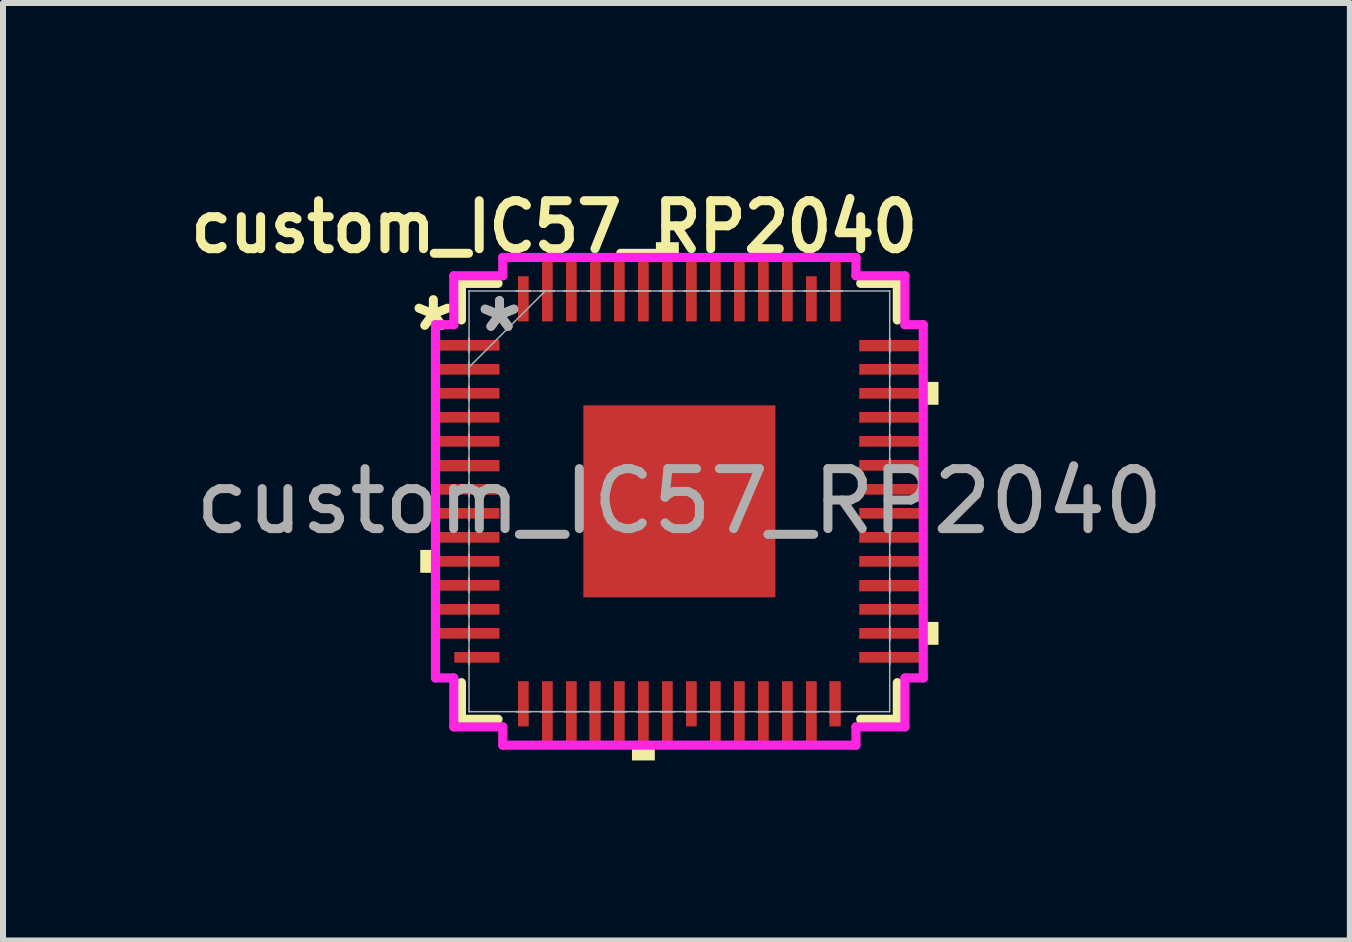
<source format=kicad_pcb>
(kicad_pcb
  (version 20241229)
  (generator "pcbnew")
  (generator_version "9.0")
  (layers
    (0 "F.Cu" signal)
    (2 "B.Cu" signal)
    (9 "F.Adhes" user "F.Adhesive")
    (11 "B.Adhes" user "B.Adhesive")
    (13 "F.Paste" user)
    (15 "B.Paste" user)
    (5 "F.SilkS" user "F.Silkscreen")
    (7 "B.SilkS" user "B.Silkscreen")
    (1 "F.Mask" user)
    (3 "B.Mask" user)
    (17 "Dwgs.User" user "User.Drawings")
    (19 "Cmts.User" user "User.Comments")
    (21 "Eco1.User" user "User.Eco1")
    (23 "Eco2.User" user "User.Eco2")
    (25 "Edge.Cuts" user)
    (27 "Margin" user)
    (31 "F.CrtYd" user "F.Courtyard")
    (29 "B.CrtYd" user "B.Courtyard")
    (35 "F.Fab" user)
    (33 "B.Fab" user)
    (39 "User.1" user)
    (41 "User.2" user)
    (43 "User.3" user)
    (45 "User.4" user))
  (footprint "custom_IC57_RP2040"
    (layer "F.Cu")
    (at 8.271 5.304)
    (property "Reference" "custom_IC57_RP2040" (at -2.085 -4.572 0) (unlocked yes) (layer "F.SilkS") (effects (font (size 0.8 0.75) (thickness 0.15))))
    (attr smd)
    (fp_line (start -3.632 -3.632) (end -3.632 -3.022) (stroke (width 0.152) (type solid)) (layer "F.SilkS"))
    (fp_line (start -3.632 3.022) (end -3.632 3.632) (stroke (width 0.152) (type solid)) (layer "F.SilkS"))
    (fp_line (start -3.632 3.632) (end -3.022 3.632) (stroke (width 0.152) (type solid)) (layer "F.SilkS"))
    (fp_line (start -3.022 -3.632) (end -3.632 -3.632) (stroke (width 0.152) (type solid)) (layer "F.SilkS"))
    (fp_line (start 3.022 3.632) (end 3.632 3.632) (stroke (width 0.152) (type solid)) (layer "F.SilkS"))
    (fp_line (start 3.632 -3.632) (end 3.022 -3.632) (stroke (width 0.152) (type solid)) (layer "F.SilkS"))
    (fp_line (start 3.632 -3.022) (end 3.632 -3.632) (stroke (width 0.152) (type solid)) (layer "F.SilkS"))
    (fp_line (start 3.632 3.632) (end 3.632 3.022) (stroke (width 0.152) (type solid)) (layer "F.SilkS"))
    (fp_poly (pts (xy -4.318 0.81) (xy -4.318 1.191) (xy -4.064 1.191) (xy -4.064 0.81)) (stroke (width 0) (type solid)) (fill yes) (layer "F.SilkS"))
    (fp_poly (pts (xy -0.79 4.064) (xy -0.79 4.318) (xy -0.409 4.318) (xy -0.409 4.064)) (stroke (width 0) (type solid)) (fill yes) (layer "F.SilkS"))
    (fp_poly (pts (xy -0.391 -4.064) (xy -0.391 -4.318) (xy -0.009 -4.318) (xy -0.009 -4.064)) (stroke (width 0) (type solid)) (fill yes) (layer "F.SilkS"))
    (fp_poly (pts (xy 4.318 -1.99) (xy 4.318 -1.609) (xy 4.064 -1.609) (xy 4.064 -1.99)) (stroke (width 0) (type solid)) (fill yes) (layer "F.SilkS"))
    (fp_poly (pts (xy 4.318 2.01) (xy 4.318 2.391) (xy 4.064 2.391) (xy 4.064 2.01)) (stroke (width 0) (type solid)) (fill yes) (layer "F.SilkS"))
    (fp_poly (pts (xy -1.5 -1.5) (xy -1.5 -0.1) (xy -0.1 -0.1) (xy -0.1 -1.5)) (stroke (width 0) (type solid)) (fill yes) (layer "F.Paste"))
    (fp_poly (pts (xy -1.5 0.1) (xy -1.5 1.5) (xy -0.1 1.5) (xy -0.1 0.1)) (stroke (width 0) (type solid)) (fill yes) (layer "F.Paste"))
    (fp_poly (pts (xy 0.1 -1.5) (xy 0.1 -0.1) (xy 1.5 -0.1) (xy 1.5 -1.5)) (stroke (width 0) (type solid)) (fill yes) (layer "F.Paste"))
    (fp_poly (pts (xy 0.1 0.1) (xy 0.1 1.5) (xy 1.5 1.5) (xy 1.5 0.1)) (stroke (width 0) (type solid)) (fill yes) (layer "F.Paste"))
    (fp_line (start -4.064 -2.943) (end -3.759 -2.943) (stroke (width 0.152) (type solid)) (layer "F.CrtYd"))
    (fp_line (start -4.064 2.943) (end -4.064 -2.943) (stroke (width 0.152) (type solid)) (layer "F.CrtYd"))
    (fp_line (start -3.759 -3.759) (end -2.943 -3.759) (stroke (width 0.152) (type solid)) (layer "F.CrtYd"))
    (fp_line (start -3.759 -2.943) (end -3.759 -3.759) (stroke (width 0.152) (type solid)) (layer "F.CrtYd"))
    (fp_line (start -3.759 2.943) (end -4.064 2.943) (stroke (width 0.152) (type solid)) (layer "F.CrtYd"))
    (fp_line (start -3.759 3.759) (end -3.759 2.943) (stroke (width 0.152) (type solid)) (layer "F.CrtYd"))
    (fp_line (start -2.943 -4.064) (end 2.943 -4.064) (stroke (width 0.152) (type solid)) (layer "F.CrtYd"))
    (fp_line (start -2.943 -3.759) (end -2.943 -4.064) (stroke (width 0.152) (type solid)) (layer "F.CrtYd"))
    (fp_line (start -2.943 3.759) (end -3.759 3.759) (stroke (width 0.152) (type solid)) (layer "F.CrtYd"))
    (fp_line (start -2.943 4.064) (end -2.943 3.759) (stroke (width 0.152) (type solid)) (layer "F.CrtYd"))
    (fp_line (start 2.943 -4.064) (end 2.943 -3.759) (stroke (width 0.152) (type solid)) (layer "F.CrtYd"))
    (fp_line (start 2.943 -3.759) (end 3.759 -3.759) (stroke (width 0.152) (type solid)) (layer "F.CrtYd"))
    (fp_line (start 2.943 3.759) (end 2.943 4.064) (stroke (width 0.152) (type solid)) (layer "F.CrtYd"))
    (fp_line (start 2.943 4.064) (end -2.943 4.064) (stroke (width 0.152) (type solid)) (layer "F.CrtYd"))
    (fp_line (start 3.759 -3.759) (end 3.759 -2.943) (stroke (width 0.152) (type solid)) (layer "F.CrtYd"))
    (fp_line (start 3.759 -2.943) (end 4.064 -2.943) (stroke (width 0.152) (type solid)) (layer "F.CrtYd"))
    (fp_line (start 3.759 2.943) (end 3.759 3.759) (stroke (width 0.152) (type solid)) (layer "F.CrtYd"))
    (fp_line (start 3.759 3.759) (end 2.943 3.759) (stroke (width 0.152) (type solid)) (layer "F.CrtYd"))
    (fp_line (start 4.064 -2.943) (end 4.064 2.943) (stroke (width 0.152) (type solid)) (layer "F.CrtYd"))
    (fp_line (start 4.064 2.943) (end 3.759 2.943) (stroke (width 0.152) (type solid)) (layer "F.CrtYd"))
    (fp_line (start -3.505 -3.505) (end -3.505 -3.505) (stroke (width 0.025) (type solid)) (layer "F.Fab"))
    (fp_line (start -3.505 -3.505) (end -3.505 3.505) (stroke (width 0.025) (type solid)) (layer "F.Fab"))
    (fp_line (start -3.505 -2.714) (end -3.505 -2.714) (stroke (width 0.025) (type solid)) (layer "F.Fab"))
    (fp_line (start -3.505 -2.714) (end -3.505 -2.486) (stroke (width 0.025) (type solid)) (layer "F.Fab"))
    (fp_line (start -3.505 -2.486) (end -3.505 -2.714) (stroke (width 0.025) (type solid)) (layer "F.Fab"))
    (fp_line (start -3.505 -2.486) (end -3.505 -2.486) (stroke (width 0.025) (type solid)) (layer "F.Fab"))
    (fp_line (start -3.505 -2.314) (end -3.505 -2.314) (stroke (width 0.025) (type solid)) (layer "F.Fab"))
    (fp_line (start -3.505 -2.314) (end -3.505 -2.086) (stroke (width 0.025) (type solid)) (layer "F.Fab"))
    (fp_line (start -3.505 -2.235) (end -2.235 -3.505) (stroke (width 0.025) (type solid)) (layer "F.Fab"))
    (fp_line (start -3.505 -2.086) (end -3.505 -2.314) (stroke (width 0.025) (type solid)) (layer "F.Fab"))
    (fp_line (start -3.505 -2.086) (end -3.505 -2.086) (stroke (width 0.025) (type solid)) (layer "F.Fab"))
    (fp_line (start -3.505 -1.914) (end -3.505 -1.914) (stroke (width 0.025) (type solid)) (layer "F.Fab"))
    (fp_line (start -3.505 -1.914) (end -3.505 -1.686) (stroke (width 0.025) (type solid)) (layer "F.Fab"))
    (fp_line (start -3.505 -1.686) (end -3.505 -1.914) (stroke (width 0.025) (type solid)) (layer "F.Fab"))
    (fp_line (start -3.505 -1.686) (end -3.505 -1.686) (stroke (width 0.025) (type solid)) (layer "F.Fab"))
    (fp_line (start -3.505 -1.514) (end -3.505 -1.514) (stroke (width 0.025) (type solid)) (layer "F.Fab"))
    (fp_line (start -3.505 -1.514) (end -3.505 -1.286) (stroke (width 0.025) (type solid)) (layer "F.Fab"))
    (fp_line (start -3.505 -1.286) (end -3.505 -1.514) (stroke (width 0.025) (type solid)) (layer "F.Fab"))
    (fp_line (start -3.505 -1.286) (end -3.505 -1.286) (stroke (width 0.025) (type solid)) (layer "F.Fab"))
    (fp_line (start -3.505 -1.114) (end -3.505 -1.114) (stroke (width 0.025) (type solid)) (layer "F.Fab"))
    (fp_line (start -3.505 -1.114) (end -3.505 -0.886) (stroke (width 0.025) (type solid)) (layer "F.Fab"))
    (fp_line (start -3.505 -0.886) (end -3.505 -1.114) (stroke (width 0.025) (type solid)) (layer "F.Fab"))
    (fp_line (start -3.505 -0.886) (end -3.505 -0.886) (stroke (width 0.025) (type solid)) (layer "F.Fab"))
    (fp_line (start -3.505 -0.714) (end -3.505 -0.714) (stroke (width 0.025) (type solid)) (layer "F.Fab"))
    (fp_line (start -3.505 -0.714) (end -3.505 -0.486) (stroke (width 0.025) (type solid)) (layer "F.Fab"))
    (fp_line (start -3.505 -0.486) (end -3.505 -0.714) (stroke (width 0.025) (type solid)) (layer "F.Fab"))
    (fp_line (start -3.505 -0.486) (end -3.505 -0.486) (stroke (width 0.025) (type solid)) (layer "F.Fab"))
    (fp_line (start -3.505 -0.314) (end -3.505 -0.314) (stroke (width 0.025) (type solid)) (layer "F.Fab"))
    (fp_line (start -3.505 -0.314) (end -3.505 -0.086) (stroke (width 0.025) (type solid)) (layer "F.Fab"))
    (fp_line (start -3.505 -0.086) (end -3.505 -0.314) (stroke (width 0.025) (type solid)) (layer "F.Fab"))
    (fp_line (start -3.505 -0.086) (end -3.505 -0.086) (stroke (width 0.025) (type solid)) (layer "F.Fab"))
    (fp_line (start -3.505 0.086) (end -3.505 0.086) (stroke (width 0.025) (type solid)) (layer "F.Fab"))
    (fp_line (start -3.505 0.086) (end -3.505 0.314) (stroke (width 0.025) (type solid)) (layer "F.Fab"))
    (fp_line (start -3.505 0.314) (end -3.505 0.086) (stroke (width 0.025) (type solid)) (layer "F.Fab"))
    (fp_line (start -3.505 0.314) (end -3.505 0.314) (stroke (width 0.025) (type solid)) (layer "F.Fab"))
    (fp_line (start -3.505 0.486) (end -3.505 0.486) (stroke (width 0.025) (type solid)) (layer "F.Fab"))
    (fp_line (start -3.505 0.486) (end -3.505 0.714) (stroke (width 0.025) (type solid)) (layer "F.Fab"))
    (fp_line (start -3.505 0.714) (end -3.505 0.486) (stroke (width 0.025) (type solid)) (layer "F.Fab"))
    (fp_line (start -3.505 0.714) (end -3.505 0.714) (stroke (width 0.025) (type solid)) (layer "F.Fab"))
    (fp_line (start -3.505 0.886) (end -3.505 0.886) (stroke (width 0.025) (type solid)) (layer "F.Fab"))
    (fp_line (start -3.505 0.886) (end -3.505 1.114) (stroke (width 0.025) (type solid)) (layer "F.Fab"))
    (fp_line (start -3.505 1.114) (end -3.505 0.886) (stroke (width 0.025) (type solid)) (layer "F.Fab"))
    (fp_line (start -3.505 1.114) (end -3.505 1.114) (stroke (width 0.025) (type solid)) (layer "F.Fab"))
    (fp_line (start -3.505 1.286) (end -3.505 1.286) (stroke (width 0.025) (type solid)) (layer "F.Fab"))
    (fp_line (start -3.505 1.286) (end -3.505 1.514) (stroke (width 0.025) (type solid)) (layer "F.Fab"))
    (fp_line (start -3.505 1.514) (end -3.505 1.286) (stroke (width 0.025) (type solid)) (layer "F.Fab"))
    (fp_line (start -3.505 1.514) (end -3.505 1.514) (stroke (width 0.025) (type solid)) (layer "F.Fab"))
    (fp_line (start -3.505 1.686) (end -3.505 1.686) (stroke (width 0.025) (type solid)) (layer "F.Fab"))
    (fp_line (start -3.505 1.686) (end -3.505 1.914) (stroke (width 0.025) (type solid)) (layer "F.Fab"))
    (fp_line (start -3.505 1.914) (end -3.505 1.686) (stroke (width 0.025) (type solid)) (layer "F.Fab"))
    (fp_line (start -3.505 1.914) (end -3.505 1.914) (stroke (width 0.025) (type solid)) (layer "F.Fab"))
    (fp_line (start -3.505 2.086) (end -3.505 2.086) (stroke (width 0.025) (type solid)) (layer "F.Fab"))
    (fp_line (start -3.505 2.086) (end -3.505 2.314) (stroke (width 0.025) (type solid)) (layer "F.Fab"))
    (fp_line (start -3.505 2.314) (end -3.505 2.086) (stroke (width 0.025) (type solid)) (layer "F.Fab"))
    (fp_line (start -3.505 2.314) (end -3.505 2.314) (stroke (width 0.025) (type solid)) (layer "F.Fab"))
    (fp_line (start -3.505 2.486) (end -3.505 2.486) (stroke (width 0.025) (type solid)) (layer "F.Fab"))
    (fp_line (start -3.505 2.486) (end -3.505 2.714) (stroke (width 0.025) (type solid)) (layer "F.Fab"))
    (fp_line (start -3.505 2.714) (end -3.505 2.486) (stroke (width 0.025) (type solid)) (layer "F.Fab"))
    (fp_line (start -3.505 2.714) (end -3.505 2.714) (stroke (width 0.025) (type solid)) (layer "F.Fab"))
    (fp_line (start -3.505 3.505) (end -3.505 3.505) (stroke (width 0.025) (type solid)) (layer "F.Fab"))
    (fp_line (start -3.505 3.505) (end 3.505 3.505) (stroke (width 0.025) (type solid)) (layer "F.Fab"))
    (fp_line (start -2.714 -3.505) (end -2.714 -3.505) (stroke (width 0.025) (type solid)) (layer "F.Fab"))
    (fp_line (start -2.714 -3.505) (end -2.486 -3.505) (stroke (width 0.025) (type solid)) (layer "F.Fab"))
    (fp_line (start -2.714 3.505) (end -2.714 3.505) (stroke (width 0.025) (type solid)) (layer "F.Fab"))
    (fp_line (start -2.714 3.505) (end -2.486 3.505) (stroke (width 0.025) (type solid)) (layer "F.Fab"))
    (fp_line (start -2.486 -3.505) (end -2.714 -3.505) (stroke (width 0.025) (type solid)) (layer "F.Fab"))
    (fp_line (start -2.486 -3.505) (end -2.486 -3.505) (stroke (width 0.025) (type solid)) (layer "F.Fab"))
    (fp_line (start -2.486 3.505) (end -2.714 3.505) (stroke (width 0.025) (type solid)) (layer "F.Fab"))
    (fp_line (start -2.486 3.505) (end -2.486 3.505) (stroke (width 0.025) (type solid)) (layer "F.Fab"))
    (fp_line (start -2.314 -3.505) (end -2.314 -3.505) (stroke (width 0.025) (type solid)) (layer "F.Fab"))
    (fp_line (start -2.314 -3.505) (end -2.086 -3.505) (stroke (width 0.025) (type solid)) (layer "F.Fab"))
    (fp_line (start -2.314 3.505) (end -2.314 3.505) (stroke (width 0.025) (type solid)) (layer "F.Fab"))
    (fp_line (start -2.314 3.505) (end -2.086 3.505) (stroke (width 0.025) (type solid)) (layer "F.Fab"))
    (fp_line (start -2.086 -3.505) (end -2.314 -3.505) (stroke (width 0.025) (type solid)) (layer "F.Fab"))
    (fp_line (start -2.086 -3.505) (end -2.086 -3.505) (stroke (width 0.025) (type solid)) (layer "F.Fab"))
    (fp_line (start -2.086 3.505) (end -2.314 3.505) (stroke (width 0.025) (type solid)) (layer "F.Fab"))
    (fp_line (start -2.086 3.505) (end -2.086 3.505) (stroke (width 0.025) (type solid)) (layer "F.Fab"))
    (fp_line (start -1.914 -3.505) (end -1.914 -3.505) (stroke (width 0.025) (type solid)) (layer "F.Fab"))
    (fp_line (start -1.914 -3.505) (end -1.686 -3.505) (stroke (width 0.025) (type solid)) (layer "F.Fab"))
    (fp_line (start -1.914 3.505) (end -1.914 3.505) (stroke (width 0.025) (type solid)) (layer "F.Fab"))
    (fp_line (start -1.914 3.505) (end -1.686 3.505) (stroke (width 0.025) (type solid)) (layer "F.Fab"))
    (fp_line (start -1.686 -3.505) (end -1.914 -3.505) (stroke (width 0.025) (type solid)) (layer "F.Fab"))
    (fp_line (start -1.686 -3.505) (end -1.686 -3.505) (stroke (width 0.025) (type solid)) (layer "F.Fab"))
    (fp_line (start -1.686 3.505) (end -1.914 3.505) (stroke (width 0.025) (type solid)) (layer "F.Fab"))
    (fp_line (start -1.686 3.505) (end -1.686 3.505) (stroke (width 0.025) (type solid)) (layer "F.Fab"))
    (fp_line (start -1.514 -3.505) (end -1.514 -3.505) (stroke (width 0.025) (type solid)) (layer "F.Fab"))
    (fp_line (start -1.514 -3.505) (end -1.286 -3.505) (stroke (width 0.025) (type solid)) (layer "F.Fab"))
    (fp_line (start -1.514 3.505) (end -1.514 3.505) (stroke (width 0.025) (type solid)) (layer "F.Fab"))
    (fp_line (start -1.514 3.505) (end -1.286 3.505) (stroke (width 0.025) (type solid)) (layer "F.Fab"))
    (fp_line (start -1.286 -3.505) (end -1.514 -3.505) (stroke (width 0.025) (type solid)) (layer "F.Fab"))
    (fp_line (start -1.286 -3.505) (end -1.286 -3.505) (stroke (width 0.025) (type solid)) (layer "F.Fab"))
    (fp_line (start -1.286 3.505) (end -1.514 3.505) (stroke (width 0.025) (type solid)) (layer "F.Fab"))
    (fp_line (start -1.286 3.505) (end -1.286 3.505) (stroke (width 0.025) (type solid)) (layer "F.Fab"))
    (fp_line (start -1.114 -3.505) (end -1.114 -3.505) (stroke (width 0.025) (type solid)) (layer "F.Fab"))
    (fp_line (start -1.114 -3.505) (end -0.886 -3.505) (stroke (width 0.025) (type solid)) (layer "F.Fab"))
    (fp_line (start -1.114 3.505) (end -1.114 3.505) (stroke (width 0.025) (type solid)) (layer "F.Fab"))
    (fp_line (start -1.114 3.505) (end -0.886 3.505) (stroke (width 0.025) (type solid)) (layer "F.Fab"))
    (fp_line (start -0.886 -3.505) (end -1.114 -3.505) (stroke (width 0.025) (type solid)) (layer "F.Fab"))
    (fp_line (start -0.886 -3.505) (end -0.886 -3.505) (stroke (width 0.025) (type solid)) (layer "F.Fab"))
    (fp_line (start -0.886 3.505) (end -1.114 3.505) (stroke (width 0.025) (type solid)) (layer "F.Fab"))
    (fp_line (start -0.886 3.505) (end -0.886 3.505) (stroke (width 0.025) (type solid)) (layer "F.Fab"))
    (fp_line (start -0.714 -3.505) (end -0.714 -3.505) (stroke (width 0.025) (type solid)) (layer "F.Fab"))
    (fp_line (start -0.714 -3.505) (end -0.486 -3.505) (stroke (width 0.025) (type solid)) (layer "F.Fab"))
    (fp_line (start -0.714 3.505) (end -0.714 3.505) (stroke (width 0.025) (type solid)) (layer "F.Fab"))
    (fp_line (start -0.714 3.505) (end -0.486 3.505) (stroke (width 0.025) (type solid)) (layer "F.Fab"))
    (fp_line (start -0.486 -3.505) (end -0.714 -3.505) (stroke (width 0.025) (type solid)) (layer "F.Fab"))
    (fp_line (start -0.486 -3.505) (end -0.486 -3.505) (stroke (width 0.025) (type solid)) (layer "F.Fab"))
    (fp_line (start -0.486 3.505) (end -0.714 3.505) (stroke (width 0.025) (type solid)) (layer "F.Fab"))
    (fp_line (start -0.486 3.505) (end -0.486 3.505) (stroke (width 0.025) (type solid)) (layer "F.Fab"))
    (fp_line (start -0.314 -3.505) (end -0.314 -3.505) (stroke (width 0.025) (type solid)) (layer "F.Fab"))
    (fp_line (start -0.314 -3.505) (end -0.086 -3.505) (stroke (width 0.025) (type solid)) (layer "F.Fab"))
    (fp_line (start -0.314 3.505) (end -0.314 3.505) (stroke (width 0.025) (type solid)) (layer "F.Fab"))
    (fp_line (start -0.314 3.505) (end -0.086 3.505) (stroke (width 0.025) (type solid)) (layer "F.Fab"))
    (fp_line (start -0.086 -3.505) (end -0.314 -3.505) (stroke (width 0.025) (type solid)) (layer "F.Fab"))
    (fp_line (start -0.086 -3.505) (end -0.086 -3.505) (stroke (width 0.025) (type solid)) (layer "F.Fab"))
    (fp_line (start -0.086 3.505) (end -0.314 3.505) (stroke (width 0.025) (type solid)) (layer "F.Fab"))
    (fp_line (start -0.086 3.505) (end -0.086 3.505) (stroke (width 0.025) (type solid)) (layer "F.Fab"))
    (fp_line (start 0.086 -3.505) (end 0.086 -3.505) (stroke (width 0.025) (type solid)) (layer "F.Fab"))
    (fp_line (start 0.086 -3.505) (end 0.314 -3.505) (stroke (width 0.025) (type solid)) (layer "F.Fab"))
    (fp_line (start 0.086 3.505) (end 0.086 3.505) (stroke (width 0.025) (type solid)) (layer "F.Fab"))
    (fp_line (start 0.086 3.505) (end 0.314 3.505) (stroke (width 0.025) (type solid)) (layer "F.Fab"))
    (fp_line (start 0.314 -3.505) (end 0.086 -3.505) (stroke (width 0.025) (type solid)) (layer "F.Fab"))
    (fp_line (start 0.314 -3.505) (end 0.314 -3.505) (stroke (width 0.025) (type solid)) (layer "F.Fab"))
    (fp_line (start 0.314 3.505) (end 0.086 3.505) (stroke (width 0.025) (type solid)) (layer "F.Fab"))
    (fp_line (start 0.314 3.505) (end 0.314 3.505) (stroke (width 0.025) (type solid)) (layer "F.Fab"))
    (fp_line (start 0.486 -3.505) (end 0.486 -3.505) (stroke (width 0.025) (type solid)) (layer "F.Fab"))
    (fp_line (start 0.486 -3.505) (end 0.714 -3.505) (stroke (width 0.025) (type solid)) (layer "F.Fab"))
    (fp_line (start 0.486 3.505) (end 0.486 3.505) (stroke (width 0.025) (type solid)) (layer "F.Fab"))
    (fp_line (start 0.486 3.505) (end 0.714 3.505) (stroke (width 0.025) (type solid)) (layer "F.Fab"))
    (fp_line (start 0.714 -3.505) (end 0.486 -3.505) (stroke (width 0.025) (type solid)) (layer "F.Fab"))
    (fp_line (start 0.714 -3.505) (end 0.714 -3.505) (stroke (width 0.025) (type solid)) (layer "F.Fab"))
    (fp_line (start 0.714 3.505) (end 0.486 3.505) (stroke (width 0.025) (type solid)) (layer "F.Fab"))
    (fp_line (start 0.714 3.505) (end 0.714 3.505) (stroke (width 0.025) (type solid)) (layer "F.Fab"))
    (fp_line (start 0.886 -3.505) (end 0.886 -3.505) (stroke (width 0.025) (type solid)) (layer "F.Fab"))
    (fp_line (start 0.886 -3.505) (end 1.114 -3.505) (stroke (width 0.025) (type solid)) (layer "F.Fab"))
    (fp_line (start 0.886 3.505) (end 0.886 3.505) (stroke (width 0.025) (type solid)) (layer "F.Fab"))
    (fp_line (start 0.886 3.505) (end 1.114 3.505) (stroke (width 0.025) (type solid)) (layer "F.Fab"))
    (fp_line (start 1.114 -3.505) (end 0.886 -3.505) (stroke (width 0.025) (type solid)) (layer "F.Fab"))
    (fp_line (start 1.114 -3.505) (end 1.114 -3.505) (stroke (width 0.025) (type solid)) (layer "F.Fab"))
    (fp_line (start 1.114 3.505) (end 0.886 3.505) (stroke (width 0.025) (type solid)) (layer "F.Fab"))
    (fp_line (start 1.114 3.505) (end 1.114 3.505) (stroke (width 0.025) (type solid)) (layer "F.Fab"))
    (fp_line (start 1.286 -3.505) (end 1.286 -3.505) (stroke (width 0.025) (type solid)) (layer "F.Fab"))
    (fp_line (start 1.286 -3.505) (end 1.514 -3.505) (stroke (width 0.025) (type solid)) (layer "F.Fab"))
    (fp_line (start 1.286 3.505) (end 1.286 3.505) (stroke (width 0.025) (type solid)) (layer "F.Fab"))
    (fp_line (start 1.286 3.505) (end 1.514 3.505) (stroke (width 0.025) (type solid)) (layer "F.Fab"))
    (fp_line (start 1.514 -3.505) (end 1.286 -3.505) (stroke (width 0.025) (type solid)) (layer "F.Fab"))
    (fp_line (start 1.514 -3.505) (end 1.514 -3.505) (stroke (width 0.025) (type solid)) (layer "F.Fab"))
    (fp_line (start 1.514 3.505) (end 1.286 3.505) (stroke (width 0.025) (type solid)) (layer "F.Fab"))
    (fp_line (start 1.514 3.505) (end 1.514 3.505) (stroke (width 0.025) (type solid)) (layer "F.Fab"))
    (fp_line (start 1.686 -3.505) (end 1.686 -3.505) (stroke (width 0.025) (type solid)) (layer "F.Fab"))
    (fp_line (start 1.686 -3.505) (end 1.914 -3.505) (stroke (width 0.025) (type solid)) (layer "F.Fab"))
    (fp_line (start 1.686 3.505) (end 1.686 3.505) (stroke (width 0.025) (type solid)) (layer "F.Fab"))
    (fp_line (start 1.686 3.505) (end 1.914 3.505) (stroke (width 0.025) (type solid)) (layer "F.Fab"))
    (fp_line (start 1.914 -3.505) (end 1.686 -3.505) (stroke (width 0.025) (type solid)) (layer "F.Fab"))
    (fp_line (start 1.914 -3.505) (end 1.914 -3.505) (stroke (width 0.025) (type solid)) (layer "F.Fab"))
    (fp_line (start 1.914 3.505) (end 1.686 3.505) (stroke (width 0.025) (type solid)) (layer "F.Fab"))
    (fp_line (start 1.914 3.505) (end 1.914 3.505) (stroke (width 0.025) (type solid)) (layer "F.Fab"))
    (fp_line (start 2.086 -3.505) (end 2.086 -3.505) (stroke (width 0.025) (type solid)) (layer "F.Fab"))
    (fp_line (start 2.086 -3.505) (end 2.314 -3.505) (stroke (width 0.025) (type solid)) (layer "F.Fab"))
    (fp_line (start 2.086 3.505) (end 2.086 3.505) (stroke (width 0.025) (type solid)) (layer "F.Fab"))
    (fp_line (start 2.086 3.505) (end 2.314 3.505) (stroke (width 0.025) (type solid)) (layer "F.Fab"))
    (fp_line (start 2.314 -3.505) (end 2.086 -3.505) (stroke (width 0.025) (type solid)) (layer "F.Fab"))
    (fp_line (start 2.314 -3.505) (end 2.314 -3.505) (stroke (width 0.025) (type solid)) (layer "F.Fab"))
    (fp_line (start 2.314 3.505) (end 2.086 3.505) (stroke (width 0.025) (type solid)) (layer "F.Fab"))
    (fp_line (start 2.314 3.505) (end 2.314 3.505) (stroke (width 0.025) (type solid)) (layer "F.Fab"))
    (fp_line (start 2.486 -3.505) (end 2.486 -3.505) (stroke (width 0.025) (type solid)) (layer "F.Fab"))
    (fp_line (start 2.486 -3.505) (end 2.714 -3.505) (stroke (width 0.025) (type solid)) (layer "F.Fab"))
    (fp_line (start 2.486 3.505) (end 2.486 3.505) (stroke (width 0.025) (type solid)) (layer "F.Fab"))
    (fp_line (start 2.486 3.505) (end 2.714 3.505) (stroke (width 0.025) (type solid)) (layer "F.Fab"))
    (fp_line (start 2.714 -3.505) (end 2.486 -3.505) (stroke (width 0.025) (type solid)) (layer "F.Fab"))
    (fp_line (start 2.714 -3.505) (end 2.714 -3.505) (stroke (width 0.025) (type solid)) (layer "F.Fab"))
    (fp_line (start 2.714 3.505) (end 2.486 3.505) (stroke (width 0.025) (type solid)) (layer "F.Fab"))
    (fp_line (start 2.714 3.505) (end 2.714 3.505) (stroke (width 0.025) (type solid)) (layer "F.Fab"))
    (fp_line (start 3.505 -3.505) (end -3.505 -3.505) (stroke (width 0.025) (type solid)) (layer "F.Fab"))
    (fp_line (start 3.505 -3.505) (end 3.505 -3.505) (stroke (width 0.025) (type solid)) (layer "F.Fab"))
    (fp_line (start 3.505 -2.714) (end 3.505 -2.714) (stroke (width 0.025) (type solid)) (layer "F.Fab"))
    (fp_line (start 3.505 -2.714) (end 3.505 -2.486) (stroke (width 0.025) (type solid)) (layer "F.Fab"))
    (fp_line (start 3.505 -2.486) (end 3.505 -2.714) (stroke (width 0.025) (type solid)) (layer "F.Fab"))
    (fp_line (start 3.505 -2.486) (end 3.505 -2.486) (stroke (width 0.025) (type solid)) (layer "F.Fab"))
    (fp_line (start 3.505 -2.314) (end 3.505 -2.314) (stroke (width 0.025) (type solid)) (layer "F.Fab"))
    (fp_line (start 3.505 -2.314) (end 3.505 -2.086) (stroke (width 0.025) (type solid)) (layer "F.Fab"))
    (fp_line (start 3.505 -2.086) (end 3.505 -2.314) (stroke (width 0.025) (type solid)) (layer "F.Fab"))
    (fp_line (start 3.505 -2.086) (end 3.505 -2.086) (stroke (width 0.025) (type solid)) (layer "F.Fab"))
    (fp_line (start 3.505 -1.914) (end 3.505 -1.914) (stroke (width 0.025) (type solid)) (layer "F.Fab"))
    (fp_line (start 3.505 -1.914) (end 3.505 -1.686) (stroke (width 0.025) (type solid)) (layer "F.Fab"))
    (fp_line (start 3.505 -1.686) (end 3.505 -1.914) (stroke (width 0.025) (type solid)) (layer "F.Fab"))
    (fp_line (start 3.505 -1.686) (end 3.505 -1.686) (stroke (width 0.025) (type solid)) (layer "F.Fab"))
    (fp_line (start 3.505 -1.514) (end 3.505 -1.514) (stroke (width 0.025) (type solid)) (layer "F.Fab"))
    (fp_line (start 3.505 -1.514) (end 3.505 -1.286) (stroke (width 0.025) (type solid)) (layer "F.Fab"))
    (fp_line (start 3.505 -1.286) (end 3.505 -1.514) (stroke (width 0.025) (type solid)) (layer "F.Fab"))
    (fp_line (start 3.505 -1.286) (end 3.505 -1.286) (stroke (width 0.025) (type solid)) (layer "F.Fab"))
    (fp_line (start 3.505 -1.114) (end 3.505 -1.114) (stroke (width 0.025) (type solid)) (layer "F.Fab"))
    (fp_line (start 3.505 -1.114) (end 3.505 -0.886) (stroke (width 0.025) (type solid)) (layer "F.Fab"))
    (fp_line (start 3.505 -0.886) (end 3.505 -1.114) (stroke (width 0.025) (type solid)) (layer "F.Fab"))
    (fp_line (start 3.505 -0.886) (end 3.505 -0.886) (stroke (width 0.025) (type solid)) (layer "F.Fab"))
    (fp_line (start 3.505 -0.714) (end 3.505 -0.714) (stroke (width 0.025) (type solid)) (layer "F.Fab"))
    (fp_line (start 3.505 -0.714) (end 3.505 -0.486) (stroke (width 0.025) (type solid)) (layer "F.Fab"))
    (fp_line (start 3.505 -0.486) (end 3.505 -0.714) (stroke (width 0.025) (type solid)) (layer "F.Fab"))
    (fp_line (start 3.505 -0.486) (end 3.505 -0.486) (stroke (width 0.025) (type solid)) (layer "F.Fab"))
    (fp_line (start 3.505 -0.314) (end 3.505 -0.314) (stroke (width 0.025) (type solid)) (layer "F.Fab"))
    (fp_line (start 3.505 -0.314) (end 3.505 -0.086) (stroke (width 0.025) (type solid)) (layer "F.Fab"))
    (fp_line (start 3.505 -0.086) (end 3.505 -0.314) (stroke (width 0.025) (type solid)) (layer "F.Fab"))
    (fp_line (start 3.505 -0.086) (end 3.505 -0.086) (stroke (width 0.025) (type solid)) (layer "F.Fab"))
    (fp_line (start 3.505 0.086) (end 3.505 0.086) (stroke (width 0.025) (type solid)) (layer "F.Fab"))
    (fp_line (start 3.505 0.086) (end 3.505 0.314) (stroke (width 0.025) (type solid)) (layer "F.Fab"))
    (fp_line (start 3.505 0.314) (end 3.505 0.086) (stroke (width 0.025) (type solid)) (layer "F.Fab"))
    (fp_line (start 3.505 0.314) (end 3.505 0.314) (stroke (width 0.025) (type solid)) (layer "F.Fab"))
    (fp_line (start 3.505 0.486) (end 3.505 0.486) (stroke (width 0.025) (type solid)) (layer "F.Fab"))
    (fp_line (start 3.505 0.486) (end 3.505 0.714) (stroke (width 0.025) (type solid)) (layer "F.Fab"))
    (fp_line (start 3.505 0.714) (end 3.505 0.486) (stroke (width 0.025) (type solid)) (layer "F.Fab"))
    (fp_line (start 3.505 0.714) (end 3.505 0.714) (stroke (width 0.025) (type solid)) (layer "F.Fab"))
    (fp_line (start 3.505 0.886) (end 3.505 0.886) (stroke (width 0.025) (type solid)) (layer "F.Fab"))
    (fp_line (start 3.505 0.886) (end 3.505 1.114) (stroke (width 0.025) (type solid)) (layer "F.Fab"))
    (fp_line (start 3.505 1.114) (end 3.505 0.886) (stroke (width 0.025) (type solid)) (layer "F.Fab"))
    (fp_line (start 3.505 1.114) (end 3.505 1.114) (stroke (width 0.025) (type solid)) (layer "F.Fab"))
    (fp_line (start 3.505 1.286) (end 3.505 1.286) (stroke (width 0.025) (type solid)) (layer "F.Fab"))
    (fp_line (start 3.505 1.286) (end 3.505 1.514) (stroke (width 0.025) (type solid)) (layer "F.Fab"))
    (fp_line (start 3.505 1.514) (end 3.505 1.286) (stroke (width 0.025) (type solid)) (layer "F.Fab"))
    (fp_line (start 3.505 1.514) (end 3.505 1.514) (stroke (width 0.025) (type solid)) (layer "F.Fab"))
    (fp_line (start 3.505 1.686) (end 3.505 1.686) (stroke (width 0.025) (type solid)) (layer "F.Fab"))
    (fp_line (start 3.505 1.686) (end 3.505 1.914) (stroke (width 0.025) (type solid)) (layer "F.Fab"))
    (fp_line (start 3.505 1.914) (end 3.505 1.686) (stroke (width 0.025) (type solid)) (layer "F.Fab"))
    (fp_line (start 3.505 1.914) (end 3.505 1.914) (stroke (width 0.025) (type solid)) (layer "F.Fab"))
    (fp_line (start 3.505 2.086) (end 3.505 2.086) (stroke (width 0.025) (type solid)) (layer "F.Fab"))
    (fp_line (start 3.505 2.086) (end 3.505 2.314) (stroke (width 0.025) (type solid)) (layer "F.Fab"))
    (fp_line (start 3.505 2.314) (end 3.505 2.086) (stroke (width 0.025) (type solid)) (layer "F.Fab"))
    (fp_line (start 3.505 2.314) (end 3.505 2.314) (stroke (width 0.025) (type solid)) (layer "F.Fab"))
    (fp_line (start 3.505 2.486) (end 3.505 2.486) (stroke (width 0.025) (type solid)) (layer "F.Fab"))
    (fp_line (start 3.505 2.486) (end 3.505 2.714) (stroke (width 0.025) (type solid)) (layer "F.Fab"))
    (fp_line (start 3.505 2.714) (end 3.505 2.486) (stroke (width 0.025) (type solid)) (layer "F.Fab"))
    (fp_line (start 3.505 2.714) (end 3.505 2.714) (stroke (width 0.025) (type solid)) (layer "F.Fab"))
    (fp_line (start 3.505 3.505) (end 3.505 -3.505) (stroke (width 0.025) (type solid)) (layer "F.Fab"))
    (fp_line (start 3.505 3.505) (end 3.505 3.505) (stroke (width 0.025) (type solid)) (layer "F.Fab"))
    (fp_text user "*" (at -4.1 -2.816 0) (unlocked yes) (layer "F.SilkS") (effects (font (size 1 1) (thickness 0.15))))
    (fp_text user "*" (at -2.997 -2.8 0) (layer "F.Fab") (effects (font (size 1 1) (thickness 0.15))))
    (fp_text user "${REFERENCE}" (at 0 0 0) (unlocked yes) (layer "F.Fab") (effects (font (size 1 1) (thickness 0.15))))
    (fp_text user "*" (at -2.997 -2.8 0) (unlocked yes) (layer "F.Fab") (effects (font (size 1 1) (thickness 0.15))))
    (pad "1" smd rect (at -3.499 -2.6 90) (size 0.178 1.003) (layers "F.Cu" "F.Mask" "F.Paste"))
    (pad "2" smd rect (at -3.499 -2.2 90) (size 0.178 1.003) (layers "F.Cu" "F.Mask" "F.Paste"))
    (pad "3" smd rect (at -3.499 -1.8 90) (size 0.178 1.003) (layers "F.Cu" "F.Mask" "F.Paste"))
    (pad "4" smd rect (at -3.499 -1.4 90) (size 0.178 1.003) (layers "F.Cu" "F.Mask" "F.Paste"))
    (pad "5" smd rect (at -3.499 -1 90) (size 0.178 1.003) (layers "F.Cu" "F.Mask" "F.Paste"))
    (pad "6" smd rect (at -3.499 -0.594 90) (size 0.189 1.003) (layers "F.Cu" "F.Mask" "F.Paste"))
    (pad "7" smd rect (at -3.499 -0.2 90) (size 0.178 1.003) (layers "F.Cu" "F.Mask" "F.Paste"))
    (pad "8" smd rect (at -3.499 0.2 90) (size 0.178 1.003) (layers "F.Cu" "F.Mask" "F.Paste"))
    (pad "9" smd rect (at -3.499 0.6 90) (size 0.178 1.003) (layers "F.Cu" "F.Mask" "F.Paste"))
    (pad "10" smd rect (at -3.499 1 90) (size 0.178 1.003) (layers "F.Cu" "F.Mask" "F.Paste"))
    (pad "11" smd rect (at -3.499 1.4 90) (size 0.178 1.003) (layers "F.Cu" "F.Mask" "F.Paste"))
    (pad "12" smd rect (at -3.499 1.8 90) (size 0.178 1.003) (layers "F.Cu" "F.Mask" "F.Paste"))
    (pad "13" smd rect (at -3.499 2.2 90) (size 0.178 1.003) (layers "F.Cu" "F.Mask" "F.Paste"))
    (pad "14" smd rect (at -3.374 2.6 90) (size 0.178 0.753) (layers "F.Cu" "F.Mask" "F.Paste"))
    (pad "15" smd rect (at -2.6 3.374) (size 0.178 0.753) (layers "F.Cu" "F.Mask" "F.Paste"))
    (pad "16" smd rect (at -2.2 3.499) (size 0.178 1.003) (layers "F.Cu" "F.Mask" "F.Paste"))
    (pad "17" smd rect (at -1.8 3.499) (size 0.178 1.003) (layers "F.Cu" "F.Mask" "F.Paste"))
    (pad "18" smd rect (at -1.406 3.499) (size 0.189 1.003) (layers "F.Cu" "F.Mask" "F.Paste"))
    (pad "19" smd rect (at -1 3.499) (size 0.178 1.003) (layers "F.Cu" "F.Mask" "F.Paste"))
    (pad "20" smd rect (at -0.6 3.499) (size 0.178 1.003) (layers "F.Cu" "F.Mask" "F.Paste"))
    (pad "21" smd rect (at -0.2 3.499) (size 0.178 1.003) (layers "F.Cu" "F.Mask" "F.Paste"))
    (pad "22" smd rect (at 0.2 3.374) (size 0.178 0.753) (layers "F.Cu" "F.Mask" "F.Paste"))
    (pad "23" smd rect (at 0.6 3.499) (size 0.178 1.003) (layers "F.Cu" "F.Mask" "F.Paste"))
    (pad "24" smd rect (at 1 3.499) (size 0.178 1.003) (layers "F.Cu" "F.Mask" "F.Paste"))
    (pad "25" smd rect (at 1.4 3.499) (size 0.178 1.003) (layers "F.Cu" "F.Mask" "F.Paste"))
    (pad "26" smd rect (at 1.8 3.499) (size 0.178 1.003) (layers "F.Cu" "F.Mask" "F.Paste"))
    (pad "27" smd rect (at 2.2 3.499) (size 0.178 1.003) (layers "F.Cu" "F.Mask" "F.Paste"))
    (pad "28" smd rect (at 2.594 3.374) (size 0.189 0.753) (layers "F.Cu" "F.Mask" "F.Paste"))
    (pad "29" smd rect (at 3.499 2.6 90) (size 0.178 1.003) (layers "F.Cu" "F.Mask" "F.Paste"))
    (pad "30" smd rect (at 3.499 2.2 90) (size 0.178 1.003) (layers "F.Cu" "F.Mask" "F.Paste"))
    (pad "31" smd rect (at 3.499 1.8 90) (size 0.178 1.003) (layers "F.Cu" "F.Mask" "F.Paste"))
    (pad "32" smd rect (at 3.499 1.406 90) (size 0.189 1.003) (layers "F.Cu" "F.Mask" "F.Paste"))
    (pad "33" smd rect (at 3.499 1 90) (size 0.178 1.003) (layers "F.Cu" "F.Mask" "F.Paste"))
    (pad "34" smd rect (at 3.499 0.6 90) (size 0.178 1.003) (layers "F.Cu" "F.Mask" "F.Paste"))
    (pad "35" smd rect (at 3.499 0.2 90) (size 0.178 1.003) (layers "F.Cu" "F.Mask" "F.Paste"))
    (pad "36" smd rect (at 3.499 -0.2 90) (size 0.178 1.003) (layers "F.Cu" "F.Mask" "F.Paste"))
    (pad "37" smd rect (at 3.499 -0.6 90) (size 0.178 1.003) (layers "F.Cu" "F.Mask" "F.Paste"))
    (pad "38" smd rect (at 3.499 -1 90) (size 0.178 1.003) (layers "F.Cu" "F.Mask" "F.Paste"))
    (pad "39" smd rect (at 3.499 -1.4 90) (size 0.178 1.003) (layers "F.Cu" "F.Mask" "F.Paste"))
    (pad "40" smd rect (at 3.499 -1.8 90) (size 0.178 1.003) (layers "F.Cu" "F.Mask" "F.Paste"))
    (pad "41" smd rect (at 3.499 -2.2 90) (size 0.178 1.003) (layers "F.Cu" "F.Mask" "F.Paste"))
    (pad "42" smd rect (at 3.499 -2.594 90) (size 0.189 1.003) (layers "F.Cu" "F.Mask" "F.Paste"))
    (pad "43" smd rect (at 2.6 -3.499) (size 0.178 1.003) (layers "F.Cu" "F.Mask" "F.Paste"))
    (pad "44" smd rect (at 2.2 -3.374) (size 0.178 0.753) (layers "F.Cu" "F.Mask" "F.Paste"))
    (pad "45" smd rect (at 1.8 -3.499) (size 0.178 1.003) (layers "F.Cu" "F.Mask" "F.Paste"))
    (pad "46" smd rect (at 1.4 -3.499) (size 0.178 1.003) (layers "F.Cu" "F.Mask" "F.Paste"))
    (pad "47" smd rect (at 1 -3.499) (size 0.178 1.003) (layers "F.Cu" "F.Mask" "F.Paste"))
    (pad "48" smd rect (at 0.6 -3.499) (size 0.178 1.003) (layers "F.Cu" "F.Mask" "F.Paste"))
    (pad "49" smd rect (at 0.2 -3.499) (size 0.178 1.003) (layers "F.Cu" "F.Mask" "F.Paste"))
    (pad "50" smd rect (at -0.2 -3.499) (size 0.178 1.003) (layers "F.Cu" "F.Mask" "F.Paste"))
    (pad "51" smd rect (at -0.6 -3.499) (size 0.178 1.003) (layers "F.Cu" "F.Mask" "F.Paste"))
    (pad "52" smd rect (at -1 -3.499) (size 0.178 1.003) (layers "F.Cu" "F.Mask" "F.Paste"))
    (pad "53" smd rect (at -1.4 -3.499) (size 0.178 1.003) (layers "F.Cu" "F.Mask" "F.Paste"))
    (pad "54" smd rect (at -1.8 -3.499) (size 0.178 1.003) (layers "F.Cu" "F.Mask" "F.Paste"))
    (pad "55" smd rect (at -2.2 -3.499) (size 0.178 1.003) (layers "F.Cu" "F.Mask" "F.Paste"))
    (pad "56" smd rect (at -2.6 -3.374) (size 0.178 0.753) (layers "F.Cu" "F.Mask" "F.Paste"))
    (pad "57" smd rect (at 0 0) (size 3.2 3.2) (layers "F.Cu" "F.Mask")))
  (gr_rect
    (start -3 -3)
    (end 19.444 12.622)
    (stroke (width 0.1) (type default))
    (fill no)
    (layer "Edge.Cuts")))
</source>
